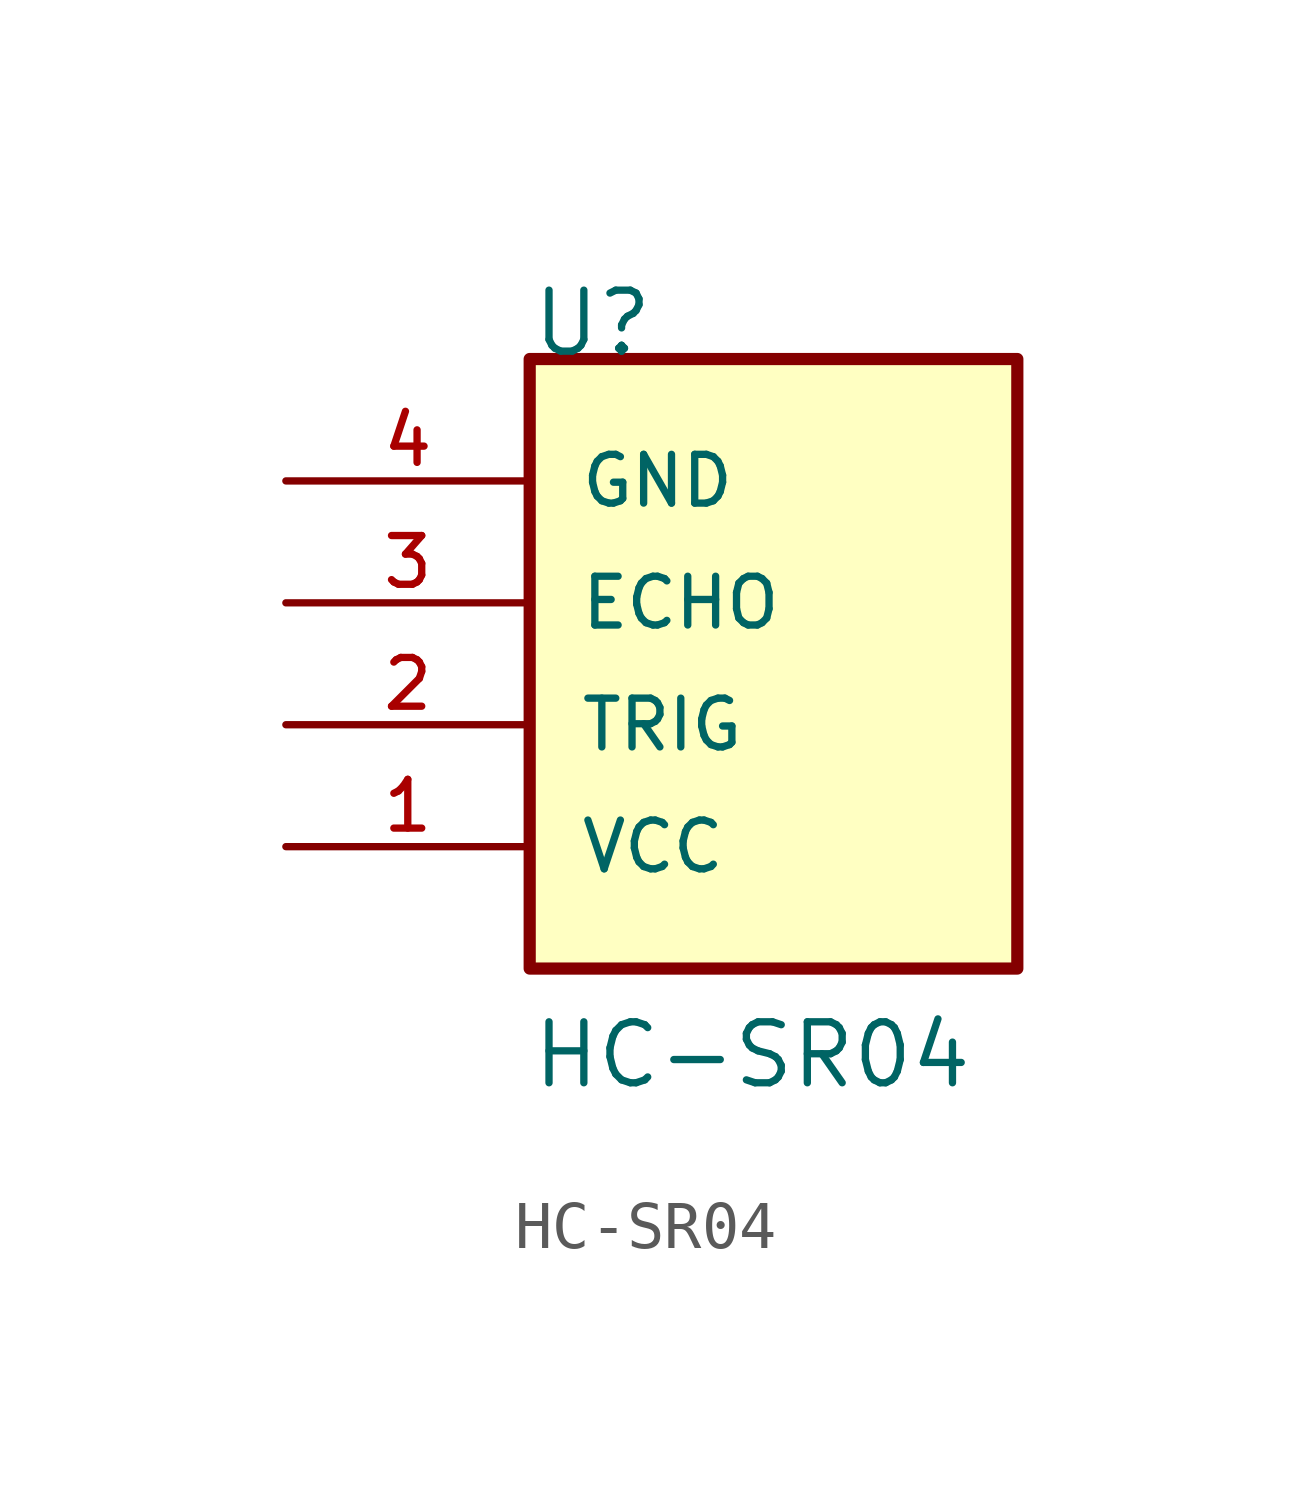
<source format=kicad_sym>
(kicad_symbol_lib
  (version 20211014)
  (generator kicad_symbol_editor)
  (symbol "HC-SR04"
    (pin_names
      (offset 1.016))
    (property "Reference" "U"
      (at 0 5.081 0)
      (effects (font (size 1.27 1.27)) (justify left bottom)))
    (property "Value" "HC-SR04"
      (at 0 -10.163 0)
      (effects (font (size 1.27 1.27)) (justify left bottom)))
    (symbol "HC-SR04_0_0"
      (rectangle (start 0 -7.62) (end 10.16 5.08) (stroke (width 0.254) (type default) (color 0 0 0 0)) (fill (type background)))
      (pin power_in line (at -5.08 -5.08 0) (length 5.08) (name "VCC" (effects (font (size 1.016 1.016)))) (number "1" (effects (font (size 1.016 1.016)))))
      (pin bidirectional line (at -5.08 -2.54 0) (length 5.08) (name "TRIG" (effects (font (size 1.016 1.016)))) (number "2" (effects (font (size 1.016 1.016)))))
      (pin bidirectional line (at -5.08 0 0) (length 5.08) (name "ECHO" (effects (font (size 1.016 1.016)))) (number "3" (effects (font (size 1.016 1.016)))))
      (pin power_in line (at -5.08 2.54 0) (length 5.08) (name "GND" (effects (font (size 1.016 1.016)))) (number "4" (effects (font (size 1.016 1.016))))))))
</source>
